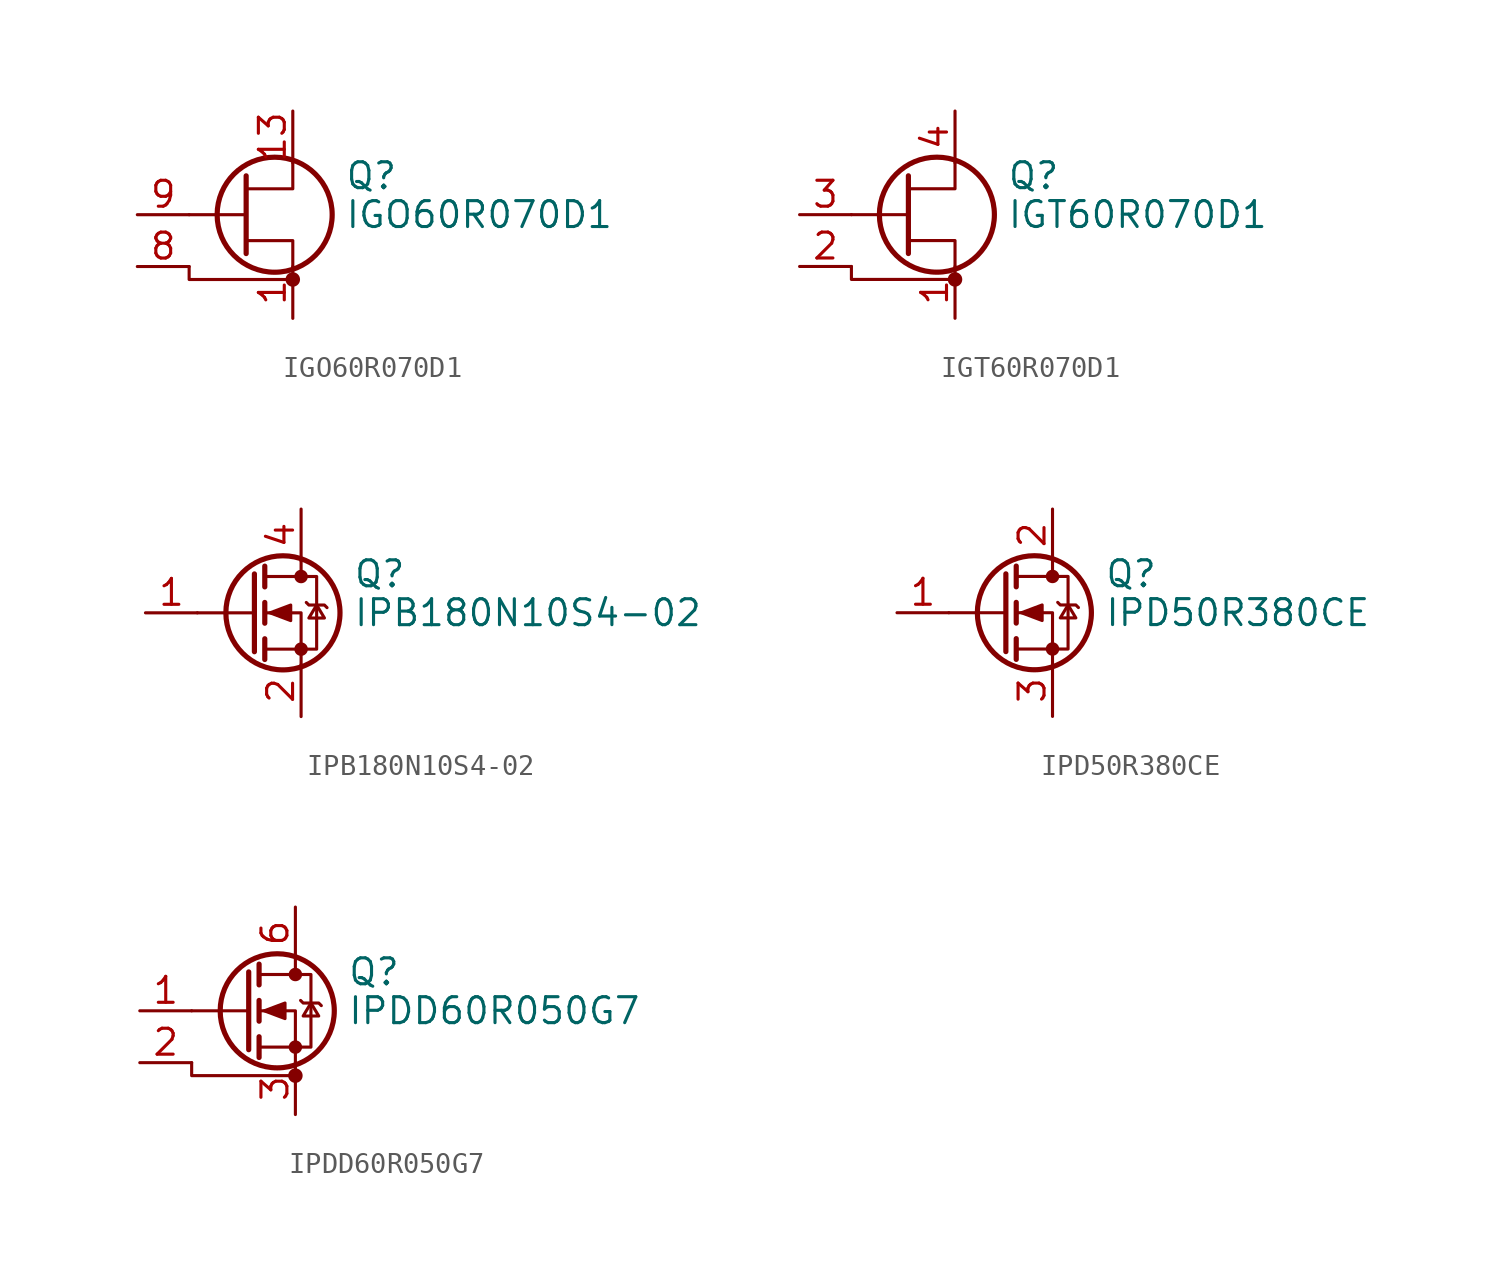
<source format=kicad_sym>
(kicad_symbol_lib
  (version 20210619)
  (generator kicad_symbol_editor)
  (symbol "Transistor_FET:IGO60R070D1"
    (pin_names
      (offset 0) hide)
    (property "Reference" "Q"
      (at 5.08 1.905 0)
      (effects (font (size 1.27 1.27)) (justify left)))
    (property "Value" "IGO60R070D1"
      (at 5.08 0 0)
      (effects (font (size 1.27 1.27)) (justify left)))
    (symbol "IGO60R070D1_0_1"
      (circle (center 1.651 0) (radius 2.819) (stroke (width 0.254)) (fill (type none)))
      (circle (center 2.54 -3.175) (radius 0.279) (stroke (width 0)) (fill (type outline)))
      (polyline (pts (xy -2.54 0) (xy 0.254 0)) (stroke (width 0)) (fill (type none)))
      (polyline (pts (xy -2.54 -2.54) (xy -2.54 -3.175) (xy 2.54 -3.175)) (stroke (width 0)) (fill (type none)))
      (polyline (pts (xy 0.254 -1.27) (xy 2.54 -1.27) (xy 2.54 -2.54)) (stroke (width 0)) (fill (type none)))
      (polyline (pts (xy 0.254 1.905) (xy 0.254 -1.905) (xy 0.254 -1.905)) (stroke (width 0.254)) (fill (type none)))
      (polyline (pts (xy 2.54 2.54) (xy 2.54 1.27) (xy 0.254 1.27)) (stroke (width 0)) (fill (type none))))
    (symbol "IGO60R070D1_1_1"
      (pin passive line (at 2.54 -5.08 90) (length 2.54) (name "S" (effects (font (size 1.27 1.27)))) (number "1" (effects (font (size 1.27 1.27)))))
      (pin input line (at -5.08 0 0) (length 2.54) hide (name "G" (effects (font (size 1.27 1.27)))) (number "10" (effects (font (size 1.27 1.27)))))
      (pin passive line (at 2.54 5.08 270) (length 2.54) (name "D" (effects (font (size 1.27 1.27)))) (number "13" (effects (font (size 1.27 1.27)))))
      (pin passive line (at 2.54 5.08 270) (length 2.54) hide (name "D" (effects (font (size 1.27 1.27)))) (number "14" (effects (font (size 1.27 1.27)))))
      (pin passive line (at 2.54 5.08 270) (length 2.54) hide (name "D" (effects (font (size 1.27 1.27)))) (number "15" (effects (font (size 1.27 1.27)))))
      (pin passive line (at 2.54 5.08 270) (length 2.54) hide (name "D" (effects (font (size 1.27 1.27)))) (number "16" (effects (font (size 1.27 1.27)))))
      (pin passive line (at 2.54 5.08 270) (length 2.54) hide (name "D" (effects (font (size 1.27 1.27)))) (number "17" (effects (font (size 1.27 1.27)))))
      (pin passive line (at 2.54 5.08 270) (length 2.54) hide (name "D" (effects (font (size 1.27 1.27)))) (number "18" (effects (font (size 1.27 1.27)))))
      (pin passive line (at 2.54 -5.08 90) (length 2.54) hide (name "S" (effects (font (size 1.27 1.27)))) (number "2" (effects (font (size 1.27 1.27)))))
      (pin passive line (at 2.54 -5.08 90) (length 2.54) hide (name "S" (effects (font (size 1.27 1.27)))) (number "21" (effects (font (size 1.27 1.27)))))
      (pin passive line (at 2.54 -5.08 90) (length 2.54) hide (name "S" (effects (font (size 1.27 1.27)))) (number "3" (effects (font (size 1.27 1.27)))))
      (pin passive line (at 2.54 -5.08 90) (length 2.54) hide (name "S" (effects (font (size 1.27 1.27)))) (number "4" (effects (font (size 1.27 1.27)))))
      (pin passive line (at 2.54 -5.08 90) (length 2.54) hide (name "S" (effects (font (size 1.27 1.27)))) (number "5" (effects (font (size 1.27 1.27)))))
      (pin passive line (at 2.54 -5.08 90) (length 2.54) hide (name "S" (effects (font (size 1.27 1.27)))) (number "6" (effects (font (size 1.27 1.27)))))
      (pin passive line (at 2.54 -5.08 90) (length 2.54) hide (name "S" (effects (font (size 1.27 1.27)))) (number "7" (effects (font (size 1.27 1.27)))))
      (pin passive line (at -5.08 -2.54 0) (length 2.54) (name "SS" (effects (font (size 1.27 1.27)))) (number "8" (effects (font (size 1.27 1.27)))))
      (pin input line (at -5.08 0 0) (length 2.54) (name "G" (effects (font (size 1.27 1.27)))) (number "9" (effects (font (size 1.27 1.27)))))))
  (symbol "Transistor_FET:IGT60R070D1"
    (pin_names
      (offset 0) hide)
    (property "Reference" "Q"
      (at 5.08 1.905 0)
      (effects (font (size 1.27 1.27)) (justify left)))
    (property "Value" "IGT60R070D1"
      (at 5.08 0 0)
      (effects (font (size 1.27 1.27)) (justify left)))
    (symbol "IGT60R070D1_0_1"
      (circle (center 1.651 0) (radius 2.819) (stroke (width 0.254)) (fill (type none)))
      (circle (center 2.54 -3.175) (radius 0.279) (stroke (width 0)) (fill (type outline)))
      (polyline (pts (xy -2.54 0) (xy 0.254 0)) (stroke (width 0)) (fill (type none)))
      (polyline (pts (xy -2.54 -2.54) (xy -2.54 -3.175) (xy 2.54 -3.175)) (stroke (width 0)) (fill (type none)))
      (polyline (pts (xy 0.254 -1.27) (xy 2.54 -1.27) (xy 2.54 -2.54)) (stroke (width 0)) (fill (type none)))
      (polyline (pts (xy 0.254 1.905) (xy 0.254 -1.905) (xy 0.254 -1.905)) (stroke (width 0.254)) (fill (type none)))
      (polyline (pts (xy 2.54 2.54) (xy 2.54 1.27) (xy 0.254 1.27)) (stroke (width 0)) (fill (type none))))
    (symbol "IGT60R070D1_1_1"
      (pin passive line (at 2.54 -5.08 90) (length 2.54) (name "S" (effects (font (size 1.27 1.27)))) (number "1" (effects (font (size 1.27 1.27)))))
      (pin passive line (at -5.08 -2.54 0) (length 2.54) (name "SS" (effects (font (size 1.27 1.27)))) (number "2" (effects (font (size 1.27 1.27)))))
      (pin input line (at -5.08 0 0) (length 2.54) (name "G" (effects (font (size 1.27 1.27)))) (number "3" (effects (font (size 1.27 1.27)))))
      (pin passive line (at 2.54 5.08 270) (length 2.54) (name "D" (effects (font (size 1.27 1.27)))) (number "4" (effects (font (size 1.27 1.27)))))))
  (symbol "Transistor_FET:IPB180N10S4-02"
    (pin_names hide)
    (property "Reference" "Q"
      (at 5.08 1.905 0)
      (effects (font (size 1.27 1.27)) (justify left)))
    (property "Value" "IPB180N10S4-02"
      (at 5.08 0 0)
      (effects (font (size 1.27 1.27)) (justify left)))
    (symbol "IPB180N10S4-02_0_1"
      (circle (center 1.651 0) (radius 2.794) (stroke (width 0.254)) (fill (type none)))
      (circle (center 2.54 -1.778) (radius 0.254) (stroke (width 0)) (fill (type outline)))
      (circle (center 2.54 1.778) (radius 0.254) (stroke (width 0)) (fill (type outline)))
      (polyline (pts (xy 0.254 0) (xy -2.54 0)) (stroke (width 0)) (fill (type none)))
      (polyline (pts (xy 0.254 1.905) (xy 0.254 -1.905)) (stroke (width 0.254)) (fill (type none)))
      (polyline (pts (xy 0.762 -1.27) (xy 0.762 -2.286)) (stroke (width 0.254)) (fill (type none)))
      (polyline (pts (xy 0.762 0.508) (xy 0.762 -0.508)) (stroke (width 0.254)) (fill (type none)))
      (polyline (pts (xy 0.762 2.286) (xy 0.762 1.27)) (stroke (width 0.254)) (fill (type none)))
      (polyline (pts (xy 2.54 2.54) (xy 2.54 1.778)) (stroke (width 0)) (fill (type none)))
      (polyline (pts (xy 2.54 -2.54) (xy 2.54 0) (xy 0.762 0)) (stroke (width 0)) (fill (type none)))
      (polyline (pts (xy 0.762 -1.778) (xy 3.302 -1.778) (xy 3.302 1.778) (xy 0.762 1.778)) (stroke (width 0)) (fill (type none)))
      (polyline (pts (xy 2.794 0.508) (xy 2.921 0.381) (xy 3.683 0.381) (xy 3.81 0.254)) (stroke (width 0)) (fill (type none)))
      (polyline (pts (xy 3.302 0.381) (xy 2.921 -0.254) (xy 3.683 -0.254) (xy 3.302 0.381)) (stroke (width 0)) (fill (type none)))
      (polyline (pts (xy 1.016 0) (xy 2.032 0.381) (xy 2.032 -0.381) (xy 1.016 0)) (stroke (width 0)) (fill (type outline))))
    (symbol "IPB180N10S4-02_1_1"
      (pin passive line (at -5.08 0 0) (length 2.54) (name "G" (effects (font (size 1.27 1.27)))) (number "1" (effects (font (size 1.27 1.27)))))
      (pin passive line (at 2.54 -5.08 90) (length 2.54) (name "S" (effects (font (size 1.27 1.27)))) (number "2" (effects (font (size 1.27 1.27)))))
      (pin passive line (at 2.54 -5.08 90) (length 2.54) hide (name "S" (effects (font (size 1.27 1.27)))) (number "3" (effects (font (size 1.27 1.27)))))
      (pin passive line (at 2.54 5.08 270) (length 2.54) (name "D" (effects (font (size 1.27 1.27)))) (number "4" (effects (font (size 1.27 1.27)))))
      (pin passive line (at 2.54 -5.08 90) (length 2.54) hide (name "S" (effects (font (size 1.27 1.27)))) (number "5" (effects (font (size 1.27 1.27)))))
      (pin passive line (at 2.54 -5.08 90) (length 2.54) hide (name "S" (effects (font (size 1.27 1.27)))) (number "6" (effects (font (size 1.27 1.27)))))
      (pin passive line (at 2.54 -5.08 90) (length 2.54) hide (name "S" (effects (font (size 1.27 1.27)))) (number "7" (effects (font (size 1.27 1.27)))))))
  (symbol "Transistor_FET:IPD50R380CE"
    (pin_names hide)
    (property "Reference" "Q"
      (at 5.08 1.905 0)
      (effects (font (size 1.27 1.27)) (justify left)))
    (property "Value" "IPD50R380CE"
      (at 5.08 0 0)
      (effects (font (size 1.27 1.27)) (justify left)))
    (symbol "IPD50R380CE_0_1"
      (circle (center 1.651 0) (radius 2.794) (stroke (width 0.254)) (fill (type none)))
      (circle (center 2.54 -1.778) (radius 0.254) (stroke (width 0)) (fill (type outline)))
      (circle (center 2.54 1.778) (radius 0.254) (stroke (width 0)) (fill (type outline)))
      (polyline (pts (xy 0.254 0) (xy -2.54 0)) (stroke (width 0)) (fill (type none)))
      (polyline (pts (xy 0.254 1.905) (xy 0.254 -1.905)) (stroke (width 0.254)) (fill (type none)))
      (polyline (pts (xy 0.762 -1.27) (xy 0.762 -2.286)) (stroke (width 0.254)) (fill (type none)))
      (polyline (pts (xy 0.762 0.508) (xy 0.762 -0.508)) (stroke (width 0.254)) (fill (type none)))
      (polyline (pts (xy 0.762 2.286) (xy 0.762 1.27)) (stroke (width 0.254)) (fill (type none)))
      (polyline (pts (xy 2.54 2.54) (xy 2.54 1.778)) (stroke (width 0)) (fill (type none)))
      (polyline (pts (xy 2.54 -2.54) (xy 2.54 0) (xy 0.762 0)) (stroke (width 0)) (fill (type none)))
      (polyline (pts (xy 0.762 -1.778) (xy 3.302 -1.778) (xy 3.302 1.778) (xy 0.762 1.778)) (stroke (width 0)) (fill (type none)))
      (polyline (pts (xy 2.794 0.508) (xy 2.921 0.381) (xy 3.683 0.381) (xy 3.81 0.254)) (stroke (width 0)) (fill (type none)))
      (polyline (pts (xy 3.302 0.381) (xy 2.921 -0.254) (xy 3.683 -0.254) (xy 3.302 0.381)) (stroke (width 0)) (fill (type none)))
      (polyline (pts (xy 1.016 0) (xy 2.032 0.381) (xy 2.032 -0.381) (xy 1.016 0)) (stroke (width 0)) (fill (type outline))))
    (symbol "IPD50R380CE_1_1"
      (pin input line (at -5.08 0 0) (length 2.54) (name "G" (effects (font (size 1.27 1.27)))) (number "1" (effects (font (size 1.27 1.27)))))
      (pin passive line (at 2.54 5.08 270) (length 2.54) (name "D" (effects (font (size 1.27 1.27)))) (number "2" (effects (font (size 1.27 1.27)))))
      (pin passive line (at 2.54 -5.08 90) (length 2.54) (name "S" (effects (font (size 1.27 1.27)))) (number "3" (effects (font (size 1.27 1.27)))))))
  (symbol "Transistor_FET:IPDD60R050G7"
    (pin_names hide)
    (property "Reference" "Q"
      (at 5.08 1.905 0)
      (effects (font (size 1.27 1.27)) (justify left)))
    (property "Value" "IPDD60R050G7"
      (at 5.08 0 0)
      (effects (font (size 1.27 1.27)) (justify left)))
    (symbol "IPDD60R050G7_0_1"
      (circle (center 1.651 0) (radius 2.794) (stroke (width 0.254)) (fill (type none)))
      (circle (center 2.54 -3.175) (radius 0.279) (stroke (width 0)) (fill (type outline)))
      (circle (center 2.54 -1.778) (radius 0.254) (stroke (width 0)) (fill (type outline)))
      (circle (center 2.54 1.778) (radius 0.254) (stroke (width 0)) (fill (type outline)))
      (polyline (pts (xy 0.254 0) (xy -2.54 0)) (stroke (width 0)) (fill (type none)))
      (polyline (pts (xy 0.254 1.905) (xy 0.254 -1.905)) (stroke (width 0.254)) (fill (type none)))
      (polyline (pts (xy 0.762 -1.27) (xy 0.762 -2.286)) (stroke (width 0.254)) (fill (type none)))
      (polyline (pts (xy 0.762 0.508) (xy 0.762 -0.508)) (stroke (width 0.254)) (fill (type none)))
      (polyline (pts (xy 0.762 2.286) (xy 0.762 1.27)) (stroke (width 0.254)) (fill (type none)))
      (polyline (pts (xy 2.54 2.54) (xy 2.54 1.778)) (stroke (width 0)) (fill (type none)))
      (polyline (pts (xy -2.54 -2.54) (xy -2.54 -3.175) (xy 2.54 -3.175)) (stroke (width 0)) (fill (type none)))
      (polyline (pts (xy 2.54 -2.54) (xy 2.54 0) (xy 0.762 0)) (stroke (width 0)) (fill (type none)))
      (polyline (pts (xy 0.762 -1.778) (xy 3.302 -1.778) (xy 3.302 1.778) (xy 0.762 1.778)) (stroke (width 0)) (fill (type none)))
      (polyline (pts (xy 2.794 0.508) (xy 2.921 0.381) (xy 3.683 0.381) (xy 3.81 0.254)) (stroke (width 0)) (fill (type none)))
      (polyline (pts (xy 3.302 0.381) (xy 2.921 -0.254) (xy 3.683 -0.254) (xy 3.302 0.381)) (stroke (width 0)) (fill (type none)))
      (polyline (pts (xy 1.016 0) (xy 2.032 0.381) (xy 2.032 -0.381) (xy 1.016 0)) (stroke (width 0)) (fill (type outline))))
    (symbol "IPDD60R050G7_1_1"
      (pin input line (at -5.08 0 0) (length 2.54) (name "G" (effects (font (size 1.27 1.27)))) (number "1" (effects (font (size 1.27 1.27)))))
      (pin passive line (at 2.54 5.08 270) (length 2.54) hide (name "D" (effects (font (size 1.27 1.27)))) (number "10" (effects (font (size 1.27 1.27)))))
      (pin passive line (at -5.08 -2.54 0) (length 2.54) (name "DS" (effects (font (size 1.27 1.27)))) (number "2" (effects (font (size 1.27 1.27)))))
      (pin passive line (at 2.54 -5.08 90) (length 2.54) (name "PS" (effects (font (size 1.27 1.27)))) (number "3" (effects (font (size 1.27 1.27)))))
      (pin passive line (at 2.54 -5.08 90) (length 2.54) hide (name "PS" (effects (font (size 1.27 1.27)))) (number "4" (effects (font (size 1.27 1.27)))))
      (pin passive line (at 2.54 -5.08 90) (length 2.54) hide (name "PS" (effects (font (size 1.27 1.27)))) (number "5" (effects (font (size 1.27 1.27)))))
      (pin passive line (at 2.54 5.08 270) (length 2.54) (name "D" (effects (font (size 1.27 1.27)))) (number "6" (effects (font (size 1.27 1.27)))))
      (pin passive line (at 2.54 5.08 270) (length 2.54) hide (name "D" (effects (font (size 1.27 1.27)))) (number "7" (effects (font (size 1.27 1.27)))))
      (pin passive line (at 2.54 5.08 270) (length 2.54) hide (name "D" (effects (font (size 1.27 1.27)))) (number "8" (effects (font (size 1.27 1.27)))))
      (pin passive line (at 2.54 5.08 270) (length 2.54) hide (name "D" (effects (font (size 1.27 1.27)))) (number "9" (effects (font (size 1.27 1.27))))))))
</source>
